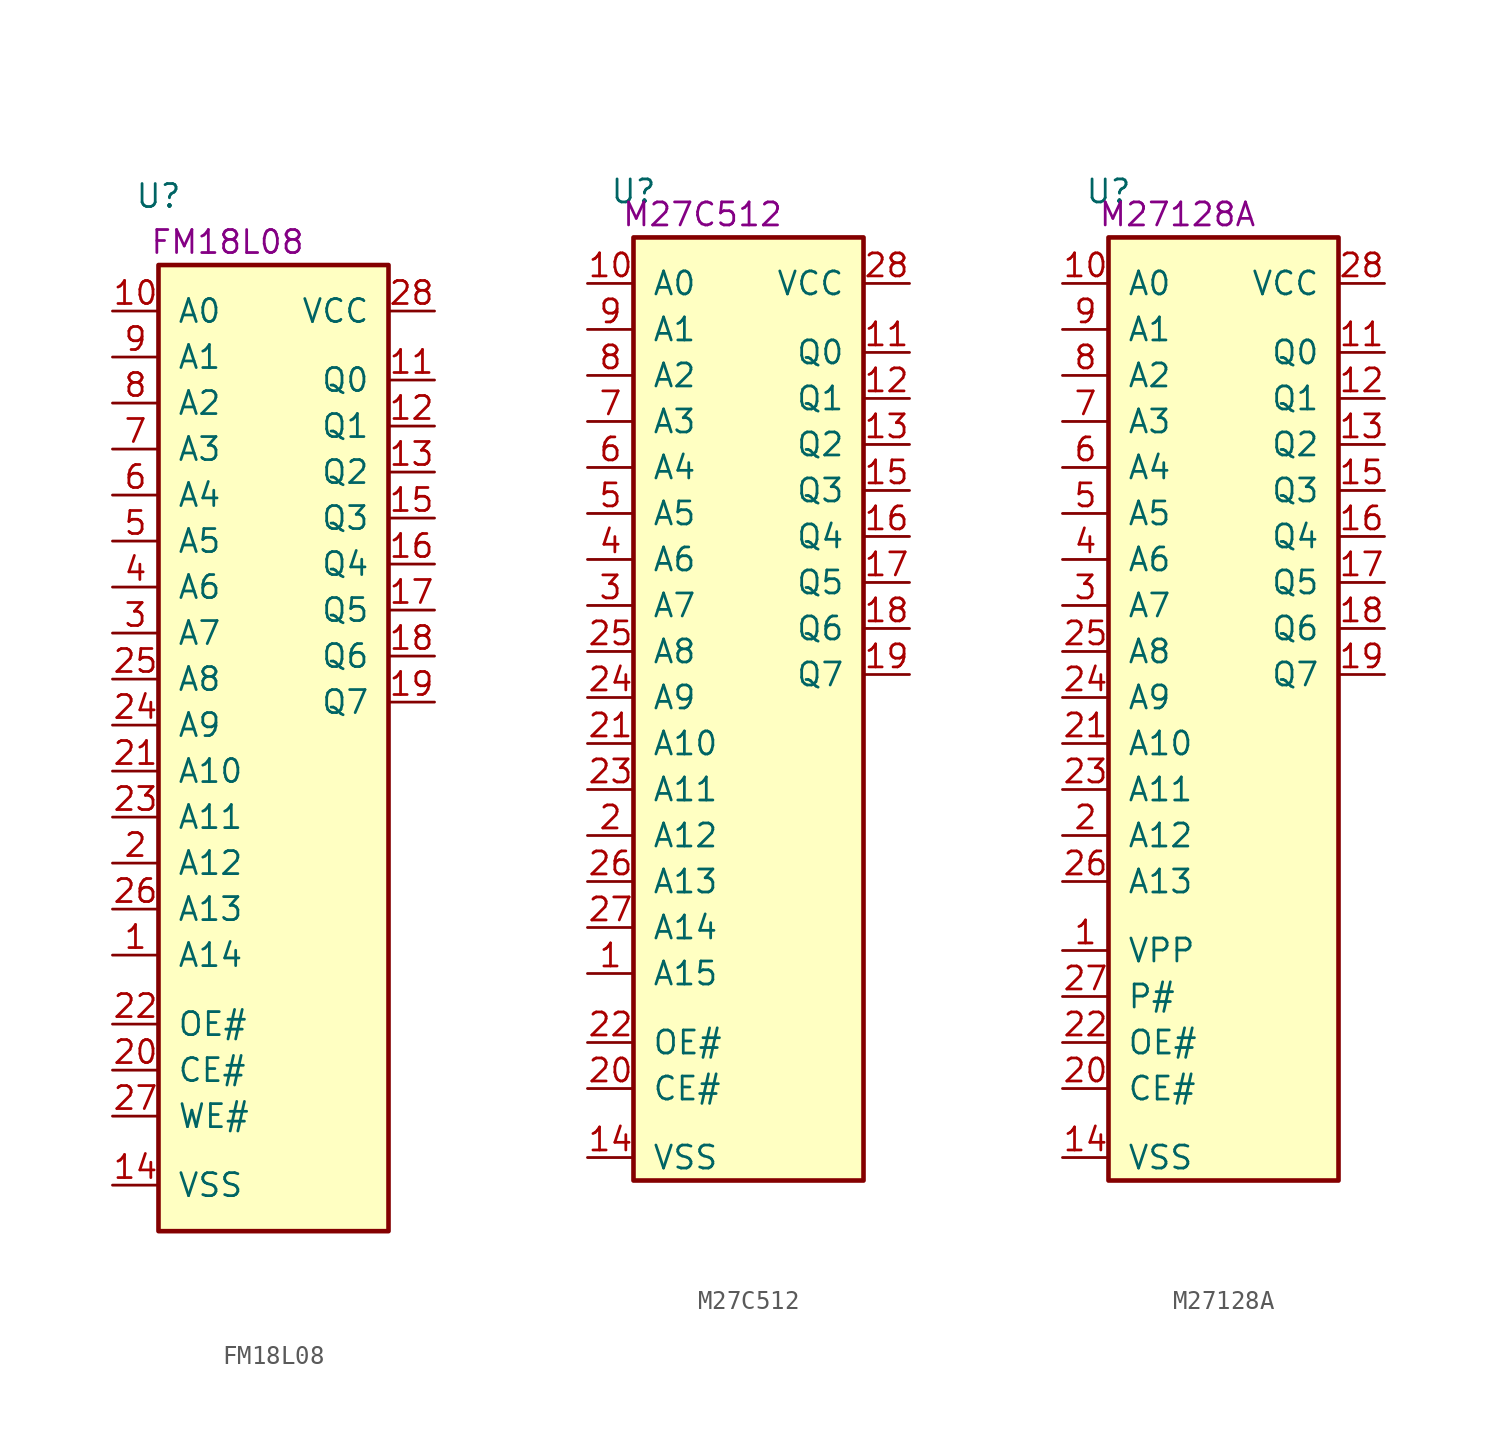
<source format=kicad_sym>
(kicad_symbol_lib
  (version 20211014)
  (generator kicad_symbol_editor)
  (symbol "FM18L08"
    (pin_names
      (offset 1.016))
    (property "Reference" "U"
      (at -6.35 22.86 0)
      (effects (font (size 1.27 1.27))))
    (property "Comment" "FM18L08"
      (at -2.54 20.32 0)
      (effects (font (size 1.27 1.27))))
    (symbol "FM18L08_0_1"
      (rectangle (start -6.35 19.05) (end 6.35 -34.29) (stroke (width 0.254) (type default) (color 0 0 0 0)) (fill (type background))))
    (symbol "FM18L08_1_1"
      (pin input line (at -8.89 -19.05 0) (length 2.54) (name "A14" (effects (font (size 1.27 1.27)))) (number "1" (effects (font (size 1.27 1.27)))))
      (pin input line (at -8.89 16.51 0) (length 2.54) (name "A0" (effects (font (size 1.27 1.27)))) (number "10" (effects (font (size 1.27 1.27)))))
      (pin bidirectional line (at 8.89 12.7 180) (length 2.54) (name "Q0" (effects (font (size 1.27 1.27)))) (number "11" (effects (font (size 1.27 1.27)))))
      (pin bidirectional line (at 8.89 10.16 180) (length 2.54) (name "Q1" (effects (font (size 1.27 1.27)))) (number "12" (effects (font (size 1.27 1.27)))))
      (pin bidirectional line (at 8.89 7.62 180) (length 2.54) (name "Q2" (effects (font (size 1.27 1.27)))) (number "13" (effects (font (size 1.27 1.27)))))
      (pin power_in line (at -8.89 -31.75 0) (length 2.54) (name "VSS" (effects (font (size 1.27 1.27)))) (number "14" (effects (font (size 1.27 1.27)))))
      (pin bidirectional line (at 8.89 5.08 180) (length 2.54) (name "Q3" (effects (font (size 1.27 1.27)))) (number "15" (effects (font (size 1.27 1.27)))))
      (pin bidirectional line (at 8.89 2.54 180) (length 2.54) (name "Q4" (effects (font (size 1.27 1.27)))) (number "16" (effects (font (size 1.27 1.27)))))
      (pin bidirectional line (at 8.89 0 180) (length 2.54) (name "Q5" (effects (font (size 1.27 1.27)))) (number "17" (effects (font (size 1.27 1.27)))))
      (pin bidirectional line (at 8.89 -2.54 180) (length 2.54) (name "Q6" (effects (font (size 1.27 1.27)))) (number "18" (effects (font (size 1.27 1.27)))))
      (pin bidirectional line (at 8.89 -5.08 180) (length 2.54) (name "Q7" (effects (font (size 1.27 1.27)))) (number "19" (effects (font (size 1.27 1.27)))))
      (pin input line (at -8.89 -13.97 0) (length 2.54) (name "A12" (effects (font (size 1.27 1.27)))) (number "2" (effects (font (size 1.27 1.27)))))
      (pin input line (at -8.89 -25.4 0) (length 2.54) (name "CE#" (effects (font (size 1.27 1.27)))) (number "20" (effects (font (size 1.27 1.27)))))
      (pin input line (at -8.89 -8.89 0) (length 2.54) (name "A10" (effects (font (size 1.27 1.27)))) (number "21" (effects (font (size 1.27 1.27)))))
      (pin input line (at -8.89 -22.86 0) (length 2.54) (name "OE#" (effects (font (size 1.27 1.27)))) (number "22" (effects (font (size 1.27 1.27)))))
      (pin input line (at -8.89 -11.43 0) (length 2.54) (name "A11" (effects (font (size 1.27 1.27)))) (number "23" (effects (font (size 1.27 1.27)))))
      (pin input line (at -8.89 -6.35 0) (length 2.54) (name "A9" (effects (font (size 1.27 1.27)))) (number "24" (effects (font (size 1.27 1.27)))))
      (pin input line (at -8.89 -3.81 0) (length 2.54) (name "A8" (effects (font (size 1.27 1.27)))) (number "25" (effects (font (size 1.27 1.27)))))
      (pin input line (at -8.89 -16.51 0) (length 2.54) (name "A13" (effects (font (size 1.27 1.27)))) (number "26" (effects (font (size 1.27 1.27)))))
      (pin input line (at -8.89 -27.94 0) (length 2.54) (name "WE#" (effects (font (size 1.27 1.27)))) (number "27" (effects (font (size 1.27 1.27)))))
      (pin power_in line (at 8.89 16.51 180) (length 2.54) (name "VCC" (effects (font (size 1.27 1.27)))) (number "28" (effects (font (size 1.27 1.27)))))
      (pin input line (at -8.89 -1.27 0) (length 2.54) (name "A7" (effects (font (size 1.27 1.27)))) (number "3" (effects (font (size 1.27 1.27)))))
      (pin input line (at -8.89 1.27 0) (length 2.54) (name "A6" (effects (font (size 1.27 1.27)))) (number "4" (effects (font (size 1.27 1.27)))))
      (pin input line (at -8.89 3.81 0) (length 2.54) (name "A5" (effects (font (size 1.27 1.27)))) (number "5" (effects (font (size 1.27 1.27)))))
      (pin input line (at -8.89 6.35 0) (length 2.54) (name "A4" (effects (font (size 1.27 1.27)))) (number "6" (effects (font (size 1.27 1.27)))))
      (pin input line (at -8.89 8.89 0) (length 2.54) (name "A3" (effects (font (size 1.27 1.27)))) (number "7" (effects (font (size 1.27 1.27)))))
      (pin input line (at -8.89 11.43 0) (length 2.54) (name "A2" (effects (font (size 1.27 1.27)))) (number "8" (effects (font (size 1.27 1.27)))))
      (pin input line (at -8.89 13.97 0) (length 2.54) (name "A1" (effects (font (size 1.27 1.27)))) (number "9" (effects (font (size 1.27 1.27)))))))
  (symbol "M27C512"
    (pin_names
      (offset 1.016))
    (property "Reference" "U"
      (at -6.35 21.59 0)
      (effects (font (size 1.27 1.27))))
    (property "Comment" "M27C512"
      (at -2.54 20.32 0)
      (effects (font (size 1.27 1.27))))
    (symbol "M27C512_0_1"
      (rectangle (start -6.35 19.05) (end 6.35 -33.02) (stroke (width 0.254) (type default) (color 0 0 0 0)) (fill (type background))))
    (symbol "M27C512_1_1"
      (pin input line (at -8.89 -21.59 0) (length 2.54) (name "A15" (effects (font (size 1.27 1.27)))) (number "1" (effects (font (size 1.27 1.27)))))
      (pin input line (at -8.89 16.51 0) (length 2.54) (name "A0" (effects (font (size 1.27 1.27)))) (number "10" (effects (font (size 1.27 1.27)))))
      (pin bidirectional line (at 8.89 12.7 180) (length 2.54) (name "Q0" (effects (font (size 1.27 1.27)))) (number "11" (effects (font (size 1.27 1.27)))))
      (pin bidirectional line (at 8.89 10.16 180) (length 2.54) (name "Q1" (effects (font (size 1.27 1.27)))) (number "12" (effects (font (size 1.27 1.27)))))
      (pin bidirectional line (at 8.89 7.62 180) (length 2.54) (name "Q2" (effects (font (size 1.27 1.27)))) (number "13" (effects (font (size 1.27 1.27)))))
      (pin power_in line (at -8.89 -31.75 0) (length 2.54) (name "VSS" (effects (font (size 1.27 1.27)))) (number "14" (effects (font (size 1.27 1.27)))))
      (pin bidirectional line (at 8.89 5.08 180) (length 2.54) (name "Q3" (effects (font (size 1.27 1.27)))) (number "15" (effects (font (size 1.27 1.27)))))
      (pin bidirectional line (at 8.89 2.54 180) (length 2.54) (name "Q4" (effects (font (size 1.27 1.27)))) (number "16" (effects (font (size 1.27 1.27)))))
      (pin bidirectional line (at 8.89 0 180) (length 2.54) (name "Q5" (effects (font (size 1.27 1.27)))) (number "17" (effects (font (size 1.27 1.27)))))
      (pin bidirectional line (at 8.89 -2.54 180) (length 2.54) (name "Q6" (effects (font (size 1.27 1.27)))) (number "18" (effects (font (size 1.27 1.27)))))
      (pin bidirectional line (at 8.89 -5.08 180) (length 2.54) (name "Q7" (effects (font (size 1.27 1.27)))) (number "19" (effects (font (size 1.27 1.27)))))
      (pin input line (at -8.89 -13.97 0) (length 2.54) (name "A12" (effects (font (size 1.27 1.27)))) (number "2" (effects (font (size 1.27 1.27)))))
      (pin input line (at -8.89 -27.94 0) (length 2.54) (name "CE#" (effects (font (size 1.27 1.27)))) (number "20" (effects (font (size 1.27 1.27)))))
      (pin input line (at -8.89 -8.89 0) (length 2.54) (name "A10" (effects (font (size 1.27 1.27)))) (number "21" (effects (font (size 1.27 1.27)))))
      (pin input line (at -8.89 -25.4 0) (length 2.54) (name "OE#" (effects (font (size 1.27 1.27)))) (number "22" (effects (font (size 1.27 1.27)))))
      (pin input line (at -8.89 -11.43 0) (length 2.54) (name "A11" (effects (font (size 1.27 1.27)))) (number "23" (effects (font (size 1.27 1.27)))))
      (pin input line (at -8.89 -6.35 0) (length 2.54) (name "A9" (effects (font (size 1.27 1.27)))) (number "24" (effects (font (size 1.27 1.27)))))
      (pin input line (at -8.89 -3.81 0) (length 2.54) (name "A8" (effects (font (size 1.27 1.27)))) (number "25" (effects (font (size 1.27 1.27)))))
      (pin input line (at -8.89 -16.51 0) (length 2.54) (name "A13" (effects (font (size 1.27 1.27)))) (number "26" (effects (font (size 1.27 1.27)))))
      (pin input line (at -8.89 -19.05 0) (length 2.54) (name "A14" (effects (font (size 1.27 1.27)))) (number "27" (effects (font (size 1.27 1.27)))))
      (pin power_in line (at 8.89 16.51 180) (length 2.54) (name "VCC" (effects (font (size 1.27 1.27)))) (number "28" (effects (font (size 1.27 1.27)))))
      (pin input line (at -8.89 -1.27 0) (length 2.54) (name "A7" (effects (font (size 1.27 1.27)))) (number "3" (effects (font (size 1.27 1.27)))))
      (pin input line (at -8.89 1.27 0) (length 2.54) (name "A6" (effects (font (size 1.27 1.27)))) (number "4" (effects (font (size 1.27 1.27)))))
      (pin input line (at -8.89 3.81 0) (length 2.54) (name "A5" (effects (font (size 1.27 1.27)))) (number "5" (effects (font (size 1.27 1.27)))))
      (pin input line (at -8.89 6.35 0) (length 2.54) (name "A4" (effects (font (size 1.27 1.27)))) (number "6" (effects (font (size 1.27 1.27)))))
      (pin input line (at -8.89 8.89 0) (length 2.54) (name "A3" (effects (font (size 1.27 1.27)))) (number "7" (effects (font (size 1.27 1.27)))))
      (pin input line (at -8.89 11.43 0) (length 2.54) (name "A2" (effects (font (size 1.27 1.27)))) (number "8" (effects (font (size 1.27 1.27)))))
      (pin input line (at -8.89 13.97 0) (length 2.54) (name "A1" (effects (font (size 1.27 1.27)))) (number "9" (effects (font (size 1.27 1.27)))))))
  (symbol "M27128A"
    (pin_names
      (offset 1.016))
    (property "Reference" "U"
      (at -6.35 21.59 0)
      (effects (font (size 1.27 1.27))))
    (property "Comment" "M27128A"
      (at -2.54 20.32 0)
      (effects (font (size 1.27 1.27))))
    (symbol "M27128A_0_1"
      (rectangle (start -6.35 19.05) (end 6.35 -33.02) (stroke (width 0.254) (type default) (color 0 0 0 0)) (fill (type background))))
    (symbol "M27128A_1_1"
      (pin power_in line (at -8.89 -20.32 0) (length 2.54) (name "VPP" (effects (font (size 1.27 1.27)))) (number "1" (effects (font (size 1.27 1.27)))))
      (pin input line (at -8.89 16.51 0) (length 2.54) (name "A0" (effects (font (size 1.27 1.27)))) (number "10" (effects (font (size 1.27 1.27)))))
      (pin bidirectional line (at 8.89 12.7 180) (length 2.54) (name "Q0" (effects (font (size 1.27 1.27)))) (number "11" (effects (font (size 1.27 1.27)))))
      (pin bidirectional line (at 8.89 10.16 180) (length 2.54) (name "Q1" (effects (font (size 1.27 1.27)))) (number "12" (effects (font (size 1.27 1.27)))))
      (pin bidirectional line (at 8.89 7.62 180) (length 2.54) (name "Q2" (effects (font (size 1.27 1.27)))) (number "13" (effects (font (size 1.27 1.27)))))
      (pin power_in line (at -8.89 -31.75 0) (length 2.54) (name "VSS" (effects (font (size 1.27 1.27)))) (number "14" (effects (font (size 1.27 1.27)))))
      (pin bidirectional line (at 8.89 5.08 180) (length 2.54) (name "Q3" (effects (font (size 1.27 1.27)))) (number "15" (effects (font (size 1.27 1.27)))))
      (pin bidirectional line (at 8.89 2.54 180) (length 2.54) (name "Q4" (effects (font (size 1.27 1.27)))) (number "16" (effects (font (size 1.27 1.27)))))
      (pin bidirectional line (at 8.89 0 180) (length 2.54) (name "Q5" (effects (font (size 1.27 1.27)))) (number "17" (effects (font (size 1.27 1.27)))))
      (pin bidirectional line (at 8.89 -2.54 180) (length 2.54) (name "Q6" (effects (font (size 1.27 1.27)))) (number "18" (effects (font (size 1.27 1.27)))))
      (pin bidirectional line (at 8.89 -5.08 180) (length 2.54) (name "Q7" (effects (font (size 1.27 1.27)))) (number "19" (effects (font (size 1.27 1.27)))))
      (pin input line (at -8.89 -13.97 0) (length 2.54) (name "A12" (effects (font (size 1.27 1.27)))) (number "2" (effects (font (size 1.27 1.27)))))
      (pin input line (at -8.89 -27.94 0) (length 2.54) (name "CE#" (effects (font (size 1.27 1.27)))) (number "20" (effects (font (size 1.27 1.27)))))
      (pin input line (at -8.89 -8.89 0) (length 2.54) (name "A10" (effects (font (size 1.27 1.27)))) (number "21" (effects (font (size 1.27 1.27)))))
      (pin input line (at -8.89 -25.4 0) (length 2.54) (name "OE#" (effects (font (size 1.27 1.27)))) (number "22" (effects (font (size 1.27 1.27)))))
      (pin input line (at -8.89 -11.43 0) (length 2.54) (name "A11" (effects (font (size 1.27 1.27)))) (number "23" (effects (font (size 1.27 1.27)))))
      (pin input line (at -8.89 -6.35 0) (length 2.54) (name "A9" (effects (font (size 1.27 1.27)))) (number "24" (effects (font (size 1.27 1.27)))))
      (pin input line (at -8.89 -3.81 0) (length 2.54) (name "A8" (effects (font (size 1.27 1.27)))) (number "25" (effects (font (size 1.27 1.27)))))
      (pin input line (at -8.89 -16.51 0) (length 2.54) (name "A13" (effects (font (size 1.27 1.27)))) (number "26" (effects (font (size 1.27 1.27)))))
      (pin input line (at -8.89 -22.86 0) (length 2.54) (name "P#" (effects (font (size 1.27 1.27)))) (number "27" (effects (font (size 1.27 1.27)))))
      (pin power_in line (at 8.89 16.51 180) (length 2.54) (name "VCC" (effects (font (size 1.27 1.27)))) (number "28" (effects (font (size 1.27 1.27)))))
      (pin input line (at -8.89 -1.27 0) (length 2.54) (name "A7" (effects (font (size 1.27 1.27)))) (number "3" (effects (font (size 1.27 1.27)))))
      (pin input line (at -8.89 1.27 0) (length 2.54) (name "A6" (effects (font (size 1.27 1.27)))) (number "4" (effects (font (size 1.27 1.27)))))
      (pin input line (at -8.89 3.81 0) (length 2.54) (name "A5" (effects (font (size 1.27 1.27)))) (number "5" (effects (font (size 1.27 1.27)))))
      (pin input line (at -8.89 6.35 0) (length 2.54) (name "A4" (effects (font (size 1.27 1.27)))) (number "6" (effects (font (size 1.27 1.27)))))
      (pin input line (at -8.89 8.89 0) (length 2.54) (name "A3" (effects (font (size 1.27 1.27)))) (number "7" (effects (font (size 1.27 1.27)))))
      (pin input line (at -8.89 11.43 0) (length 2.54) (name "A2" (effects (font (size 1.27 1.27)))) (number "8" (effects (font (size 1.27 1.27)))))
      (pin input line (at -8.89 13.97 0) (length 2.54) (name "A1" (effects (font (size 1.27 1.27)))) (number "9" (effects (font (size 1.27 1.27))))))))
</source>
